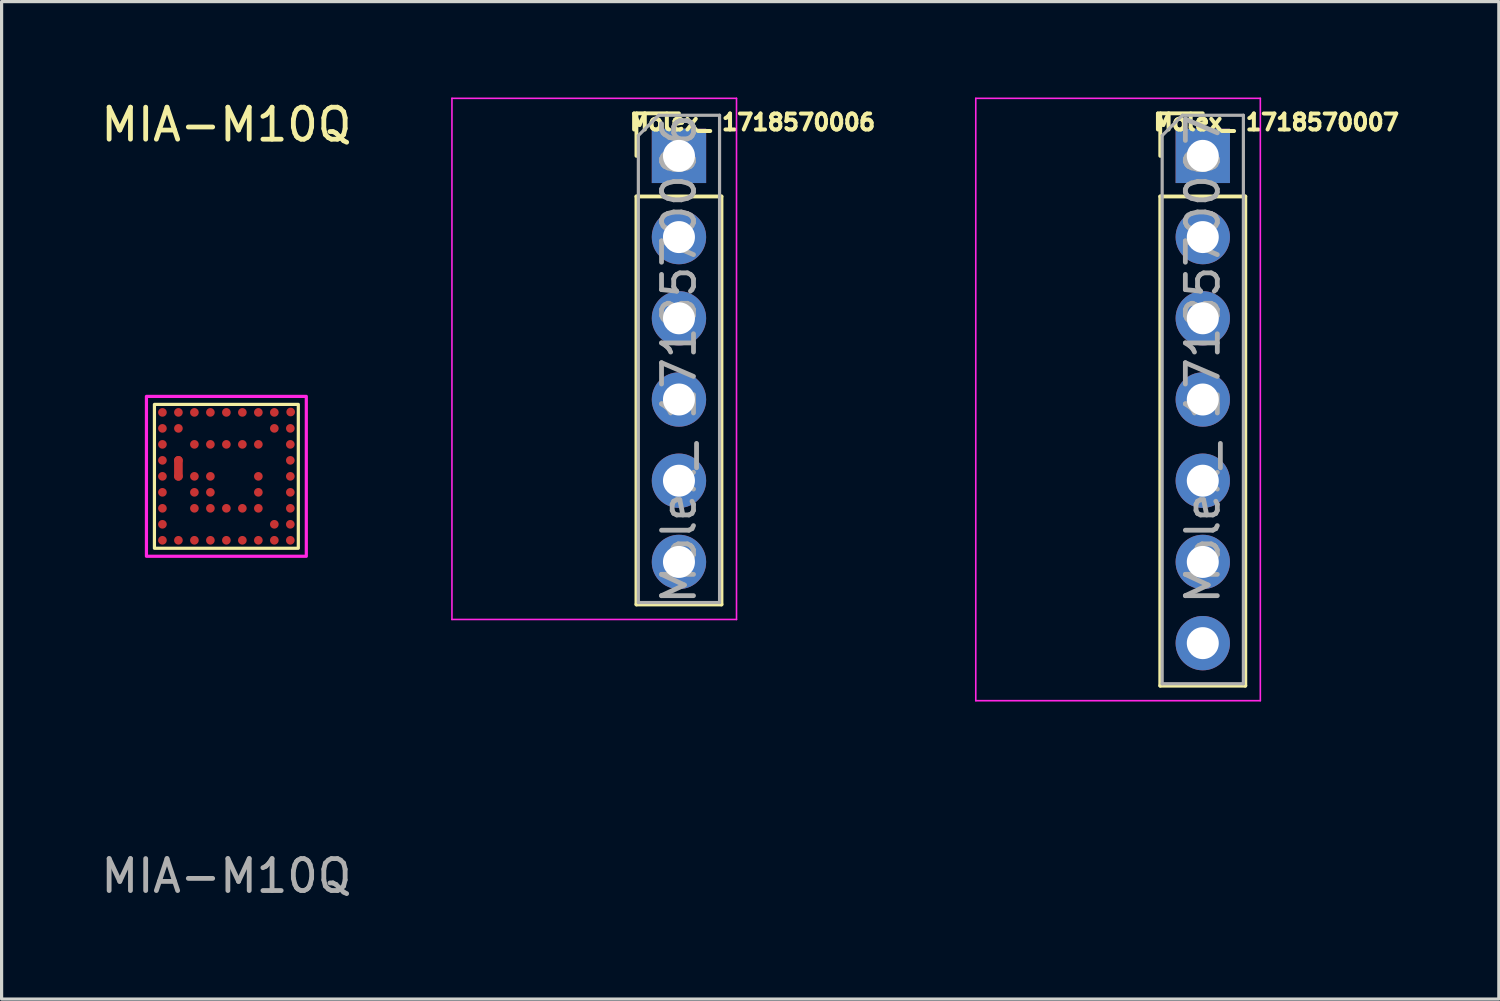
<source format=kicad_pcb>
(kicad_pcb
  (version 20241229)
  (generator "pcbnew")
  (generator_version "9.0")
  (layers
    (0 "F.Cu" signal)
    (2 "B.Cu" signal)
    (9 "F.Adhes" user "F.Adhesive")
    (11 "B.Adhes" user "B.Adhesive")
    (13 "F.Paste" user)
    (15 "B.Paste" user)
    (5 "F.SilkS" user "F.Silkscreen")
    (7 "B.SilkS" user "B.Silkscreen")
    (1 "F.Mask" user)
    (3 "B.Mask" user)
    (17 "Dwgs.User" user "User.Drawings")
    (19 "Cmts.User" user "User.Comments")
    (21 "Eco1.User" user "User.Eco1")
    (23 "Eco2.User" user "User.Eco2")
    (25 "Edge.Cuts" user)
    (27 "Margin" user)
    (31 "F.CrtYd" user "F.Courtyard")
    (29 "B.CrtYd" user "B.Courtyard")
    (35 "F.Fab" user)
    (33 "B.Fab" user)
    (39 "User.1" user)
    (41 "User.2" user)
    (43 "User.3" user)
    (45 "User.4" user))
  (footprint "Molex_ 1718570006"
    (layer "F.Cu")
    (at 18.185 1.825)
    (property "Reference" "Molex_ 1718570006" (at 2.3 -1.05 0) (layer "F.SilkS") (effects (font (size 0.5 0.5) (thickness 0.125))))
    (attr through_hole)
    (fp_line (start -1.33 -1.33) (end 0 -1.33) (stroke (width 0.12) (type solid)) (layer "F.SilkS"))
    (fp_line (start -1.33 0) (end -1.33 -1.33) (stroke (width 0.12) (type solid)) (layer "F.SilkS"))
    (fp_line (start -1.33 1.27) (end -1.33 14.03) (stroke (width 0.12) (type solid)) (layer "F.SilkS"))
    (fp_line (start -1.33 1.27) (end 1.33 1.27) (stroke (width 0.12) (type solid)) (layer "F.SilkS"))
    (fp_line (start -1.33 14.03) (end 1.33 14.03) (stroke (width 0.12) (type solid)) (layer "F.SilkS"))
    (fp_line (start 1.33 1.27) (end 1.33 14.03) (stroke (width 0.12) (type solid)) (layer "F.SilkS"))
    (fp_line (start -7.1 -1.8) (end -7.1 14.5) (stroke (width 0.05) (type solid)) (layer "F.CrtYd"))
    (fp_line (start -7.1 14.5) (end 1.8 14.5) (stroke (width 0.05) (type solid)) (layer "F.CrtYd"))
    (fp_line (start 1.8 -1.8) (end -7.1 -1.8) (stroke (width 0.05) (type solid)) (layer "F.CrtYd"))
    (fp_line (start 1.8 14.5) (end 1.8 -1.8) (stroke (width 0.05) (type solid)) (layer "F.CrtYd"))
    (fp_line (start -1.27 -0.635) (end -0.635 -1.27) (stroke (width 0.1) (type solid)) (layer "F.Fab"))
    (fp_line (start -1.27 13.97) (end -1.27 -0.635) (stroke (width 0.1) (type solid)) (layer "F.Fab"))
    (fp_line (start -0.635 -1.27) (end 1.27 -1.27) (stroke (width 0.1) (type solid)) (layer "F.Fab"))
    (fp_line (start 1.27 -1.27) (end 1.27 13.97) (stroke (width 0.1) (type solid)) (layer "F.Fab"))
    (fp_line (start 1.27 13.97) (end -1.27 13.97) (stroke (width 0.1) (type solid)) (layer "F.Fab"))
    (fp_text user "${REFERENCE}" (at 0 6.35 90) (layer "F.Fab") (effects (font (size 1 1) (thickness 0.15))))
    (pad "1" thru_hole rect (at 0 0) (size 1.7 1.7) (drill 1) (layers "*.Cu" "*.Mask"))
    (pad "2" thru_hole oval (at 0 2.54) (size 1.7 1.7) (drill 1) (layers "*.Cu" "*.Mask"))
    (pad "3" thru_hole oval (at 0 5.08) (size 1.7 1.7) (drill 1) (layers "*.Cu" "*.Mask"))
    (pad "4" thru_hole oval (at 0 7.62) (size 1.7 1.7) (drill 1) (layers "*.Cu" "*.Mask"))
    (pad "5" thru_hole oval (at 0 10.16) (size 1.7 1.7) (drill 1) (layers "*.Cu" "*.Mask"))
    (pad "6" thru_hole oval (at 0 12.7) (size 1.7 1.7) (drill 1) (layers "*.Cu" "*.Mask")))
  (footprint "MIA-M10Q"
    (layer "F.Cu")
    (at 4.03 11.848)
    (property "Reference" "MIA-M10Q" (at 0 -11 0) (unlocked yes) (layer "F.SilkS") (effects (font (size 1 1) (thickness 0.15))))
    (attr smd)
    (fp_line (start -1.5 0) (end -1.5 -0.5) (stroke (width 0.27) (type default)) (layer "F.Cu"))
    (fp_rect (start -2.25 -2.25) (end 2.25 2.25) (stroke (width 0.1) (type default)) (fill no) (layer "F.SilkS"))
    (fp_rect (start -2.5 -2.5) (end 2.5 2.5) (stroke (width 0.1) (type default)) (fill no) (layer "F.CrtYd"))
    (fp_text user "${REFERENCE}" (at 0 12.5 0) (unlocked yes) (layer "F.Fab") (effects (font (size 1 1) (thickness 0.15))))
    (pad "A1" smd circle (at -2 -2) (size 0.27 0.27) (property pad_prop_bga) (layers "F.Cu" "F.Mask" "F.Paste"))
    (pad "A2" smd circle (at -1.5 -2) (size 0.27 0.27) (property pad_prop_bga) (layers "F.Cu" "F.Mask" "F.Paste"))
    (pad "A3" smd circle (at -1 -2) (size 0.27 0.27) (property pad_prop_bga) (layers "F.Cu" "F.Mask" "F.Paste"))
    (pad "A4" smd circle (at -0.5 -2) (size 0.27 0.27) (property pad_prop_bga) (layers "F.Cu" "F.Mask" "F.Paste"))
    (pad "A5" smd circle (at 0 -2) (size 0.27 0.27) (property pad_prop_bga) (layers "F.Cu" "F.Mask" "F.Paste"))
    (pad "A6" smd circle (at 0.5 -2) (size 0.27 0.27) (property pad_prop_bga) (layers "F.Cu" "F.Mask" "F.Paste"))
    (pad "A7" smd circle (at 1 -2) (size 0.27 0.27) (property pad_prop_bga) (layers "F.Cu" "F.Mask" "F.Paste"))
    (pad "A8" smd circle (at 1.5 -2) (size 0.27 0.27) (property pad_prop_bga) (layers "F.Cu" "F.Mask" "F.Paste"))
    (pad "A9" smd circle (at 2.011 -2.012) (size 0.27 0.27) (property pad_prop_bga) (layers "F.Cu" "F.Mask" "F.Paste"))
    (pad "B1" smd circle (at -2 -1.5) (size 0.27 0.27) (property pad_prop_bga) (layers "F.Cu" "F.Mask" "F.Paste"))
    (pad "B2" smd circle (at -1.5 -1.5) (size 0.27 0.27) (property pad_prop_bga) (layers "F.Cu" "F.Mask" "F.Paste"))
    (pad "B8" smd circle (at 1.5 -1.5) (size 0.27 0.27) (property pad_prop_bga) (layers "F.Cu" "F.Mask" "F.Paste"))
    (pad "B9" smd circle (at 2 -1.5) (size 0.27 0.27) (property pad_prop_bga) (layers "F.Cu" "F.Mask" "F.Paste"))
    (pad "C1" smd circle (at -2 -1) (size 0.27 0.27) (property pad_prop_bga) (layers "F.Cu" "F.Mask" "F.Paste"))
    (pad "C3" smd circle (at -1 -1) (size 0.27 0.27) (property pad_prop_bga) (layers "F.Cu" "F.Mask" "F.Paste"))
    (pad "C4" smd circle (at -0.5 -1) (size 0.27 0.27) (property pad_prop_bga) (layers "F.Cu" "F.Mask" "F.Paste"))
    (pad "C5" smd circle (at 0 -1) (size 0.27 0.27) (property pad_prop_bga) (layers "F.Cu" "F.Mask" "F.Paste"))
    (pad "C6" smd circle (at 0.5 -1) (size 0.27 0.27) (property pad_prop_bga) (layers "F.Cu" "F.Mask" "F.Paste"))
    (pad "C7" smd circle (at 1 -1) (size 0.27 0.27) (property pad_prop_bga) (layers "F.Cu" "F.Mask" "F.Paste"))
    (pad "C9" smd circle (at 2 -1) (size 0.27 0.27) (property pad_prop_bga) (layers "F.Cu" "F.Mask" "F.Paste"))
    (pad "D1" smd circle (at -2 -0.5) (size 0.27 0.27) (property pad_prop_bga) (layers "F.Cu" "F.Mask" "F.Paste"))
    (pad "D2" smd circle (at -1.5 -0.5) (size 0.27 0.27) (property pad_prop_bga) (layers "F.Cu" "F.Mask" "F.Paste"))
    (pad "D9" smd circle (at 2 -0.5) (size 0.27 0.27) (property pad_prop_bga) (layers "F.Cu" "F.Mask" "F.Paste"))
    (pad "E1" smd circle (at -2 0) (size 0.27 0.27) (property pad_prop_bga) (layers "F.Cu" "F.Mask" "F.Paste"))
    (pad "E2" smd circle (at -1.5 0) (size 0.27 0.27) (property pad_prop_bga) (layers "F.Cu" "F.Mask" "F.Paste"))
    (pad "E3" smd circle (at -1 0) (size 0.27 0.27) (property pad_prop_bga) (layers "F.Cu" "F.Mask" "F.Paste"))
    (pad "E4" smd circle (at -0.5 0) (size 0.27 0.27) (property pad_prop_bga) (layers "F.Cu" "F.Mask" "F.Paste"))
    (pad "E7" smd circle (at 1 0) (size 0.27 0.27) (property pad_prop_bga) (layers "F.Cu" "F.Mask" "F.Paste"))
    (pad "E9" smd circle (at 2 0) (size 0.27 0.27) (property pad_prop_bga) (layers "F.Cu" "F.Mask" "F.Paste"))
    (pad "F1" smd circle (at -2 0.5) (size 0.27 0.27) (property pad_prop_bga) (layers "F.Cu" "F.Mask" "F.Paste"))
    (pad "F3" smd circle (at -1 0.5) (size 0.27 0.27) (property pad_prop_bga) (layers "F.Cu" "F.Mask" "F.Paste"))
    (pad "F4" smd circle (at -0.5 0.5) (size 0.27 0.27) (property pad_prop_bga) (layers "F.Cu" "F.Mask" "F.Paste"))
    (pad "F7" smd circle (at 1 0.5) (size 0.27 0.27) (property pad_prop_bga) (layers "F.Cu" "F.Mask" "F.Paste"))
    (pad "F9" smd circle (at 2 0.5) (size 0.27 0.27) (property pad_prop_bga) (layers "F.Cu" "F.Mask" "F.Paste"))
    (pad "G1" smd circle (at -2 1) (size 0.27 0.27) (property pad_prop_bga) (layers "F.Cu" "F.Mask" "F.Paste"))
    (pad "G3" smd circle (at -1 1) (size 0.27 0.27) (property pad_prop_bga) (layers "F.Cu" "F.Mask" "F.Paste"))
    (pad "G4" smd circle (at -0.5 1) (size 0.27 0.27) (property pad_prop_bga) (layers "F.Cu" "F.Mask" "F.Paste"))
    (pad "G5" smd circle (at 0 1) (size 0.27 0.27) (property pad_prop_bga) (layers "F.Cu" "F.Mask" "F.Paste"))
    (pad "G6" smd circle (at 0.5 1) (size 0.27 0.27) (property pad_prop_bga) (layers "F.Cu" "F.Mask" "F.Paste"))
    (pad "G7" smd circle (at 1 1) (size 0.27 0.27) (property pad_prop_bga) (layers "F.Cu" "F.Mask" "F.Paste"))
    (pad "G9" smd circle (at 2 1) (size 0.27 0.27) (property pad_prop_bga) (layers "F.Cu" "F.Mask" "F.Paste"))
    (pad "H1" smd circle (at -2 1.5) (size 0.27 0.27) (property pad_prop_bga) (layers "F.Cu" "F.Mask" "F.Paste"))
    (pad "H8" smd circle (at 1.5 1.5) (size 0.27 0.27) (property pad_prop_bga) (layers "F.Cu" "F.Mask" "F.Paste"))
    (pad "H9" smd circle (at 2 1.5) (size 0.27 0.27) (property pad_prop_bga) (layers "F.Cu" "F.Mask" "F.Paste"))
    (pad "J1" smd circle (at -2 2) (size 0.27 0.27) (property pad_prop_bga) (layers "F.Cu" "F.Mask" "F.Paste"))
    (pad "J2" smd circle (at -1.5 2) (size 0.27 0.27) (property pad_prop_bga) (layers "F.Cu" "F.Mask" "F.Paste"))
    (pad "J3" smd circle (at -1 2) (size 0.27 0.27) (property pad_prop_bga) (layers "F.Cu" "F.Mask" "F.Paste"))
    (pad "J4" smd circle (at -0.5 2) (size 0.27 0.27) (property pad_prop_bga) (layers "F.Cu" "F.Mask" "F.Paste"))
    (pad "J5" smd circle (at 0 2) (size 0.27 0.27) (property pad_prop_bga) (layers "F.Cu" "F.Mask" "F.Paste"))
    (pad "J6" smd circle (at 0.5 2) (size 0.27 0.27) (property pad_prop_bga) (layers "F.Cu" "F.Mask" "F.Paste"))
    (pad "J7" smd circle (at 1 2) (size 0.27 0.27) (property pad_prop_bga) (layers "F.Cu" "F.Mask" "F.Paste"))
    (pad "J8" smd circle (at 1.5 2) (size 0.27 0.27) (property pad_prop_bga) (layers "F.Cu" "F.Mask" "F.Paste"))
    (pad "J9" smd circle (at 2 2) (size 0.27 0.27) (property pad_prop_bga) (layers "F.Cu" "F.Mask" "F.Paste")))
  (footprint "Molex_ 1718570007"
    (layer "F.Cu")
    (at 34.568 1.825)
    (property "Reference" "Molex_ 1718570007" (at 2.3 -1.05 0) (layer "F.SilkS") (effects (font (size 0.5 0.5) (thickness 0.125))))
    (attr through_hole)
    (fp_line (start -1.33 -1.33) (end 0 -1.33) (stroke (width 0.12) (type solid)) (layer "F.SilkS"))
    (fp_line (start -1.33 0) (end -1.33 -1.33) (stroke (width 0.12) (type solid)) (layer "F.SilkS"))
    (fp_line (start -1.33 1.27) (end -1.33 16.57) (stroke (width 0.12) (type solid)) (layer "F.SilkS"))
    (fp_line (start -1.33 1.27) (end 1.33 1.27) (stroke (width 0.12) (type solid)) (layer "F.SilkS"))
    (fp_line (start -1.33 16.57) (end 1.33 16.57) (stroke (width 0.12) (type solid)) (layer "F.SilkS"))
    (fp_line (start 1.33 1.27) (end 1.33 16.57) (stroke (width 0.12) (type solid)) (layer "F.SilkS"))
    (fp_line (start -7.1 -1.8) (end -7.1 17.04) (stroke (width 0.05) (type solid)) (layer "F.CrtYd"))
    (fp_line (start -7.1 17.04) (end 1.8 17.04) (stroke (width 0.05) (type solid)) (layer "F.CrtYd"))
    (fp_line (start 1.8 -1.8) (end -7.1 -1.8) (stroke (width 0.05) (type solid)) (layer "F.CrtYd"))
    (fp_line (start 1.8 17.04) (end 1.8 -1.8) (stroke (width 0.05) (type solid)) (layer "F.CrtYd"))
    (fp_line (start -1.27 -0.635) (end -0.635 -1.27) (stroke (width 0.1) (type solid)) (layer "F.Fab"))
    (fp_line (start -1.27 16.51) (end -1.27 -0.635) (stroke (width 0.1) (type solid)) (layer "F.Fab"))
    (fp_line (start -0.635 -1.27) (end 1.27 -1.27) (stroke (width 0.1) (type solid)) (layer "F.Fab"))
    (fp_line (start 1.27 -1.27) (end 1.27 16.51) (stroke (width 0.1) (type solid)) (layer "F.Fab"))
    (fp_line (start 1.27 16.51) (end -1.27 16.51) (stroke (width 0.1) (type solid)) (layer "F.Fab"))
    (fp_text user "${REFERENCE}" (at 0 6.35 90) (layer "F.Fab") (effects (font (size 1 1) (thickness 0.15))))
    (pad "1" thru_hole rect (at 0 0) (size 1.7 1.7) (drill 1) (layers "*.Cu" "*.Mask"))
    (pad "2" thru_hole oval (at 0 2.54) (size 1.7 1.7) (drill 1) (layers "*.Cu" "*.Mask"))
    (pad "3" thru_hole oval (at 0 5.08) (size 1.7 1.7) (drill 1) (layers "*.Cu" "*.Mask"))
    (pad "4" thru_hole oval (at 0 7.62) (size 1.7 1.7) (drill 1) (layers "*.Cu" "*.Mask"))
    (pad "5" thru_hole oval (at 0 10.16) (size 1.7 1.7) (drill 1) (layers "*.Cu" "*.Mask"))
    (pad "6" thru_hole oval (at 0 12.7) (size 1.7 1.7) (drill 1) (layers "*.Cu" "*.Mask"))
    (pad "7" thru_hole oval (at 0 15.24) (size 1.7 1.7) (drill 1) (layers "*.Cu" "*.Mask")))
  (gr_rect
    (start -3 -3)
    (end 43.827 28.197)
    (stroke (width 0.1) (type default))
    (fill no)
    (layer "Edge.Cuts")))
</source>
